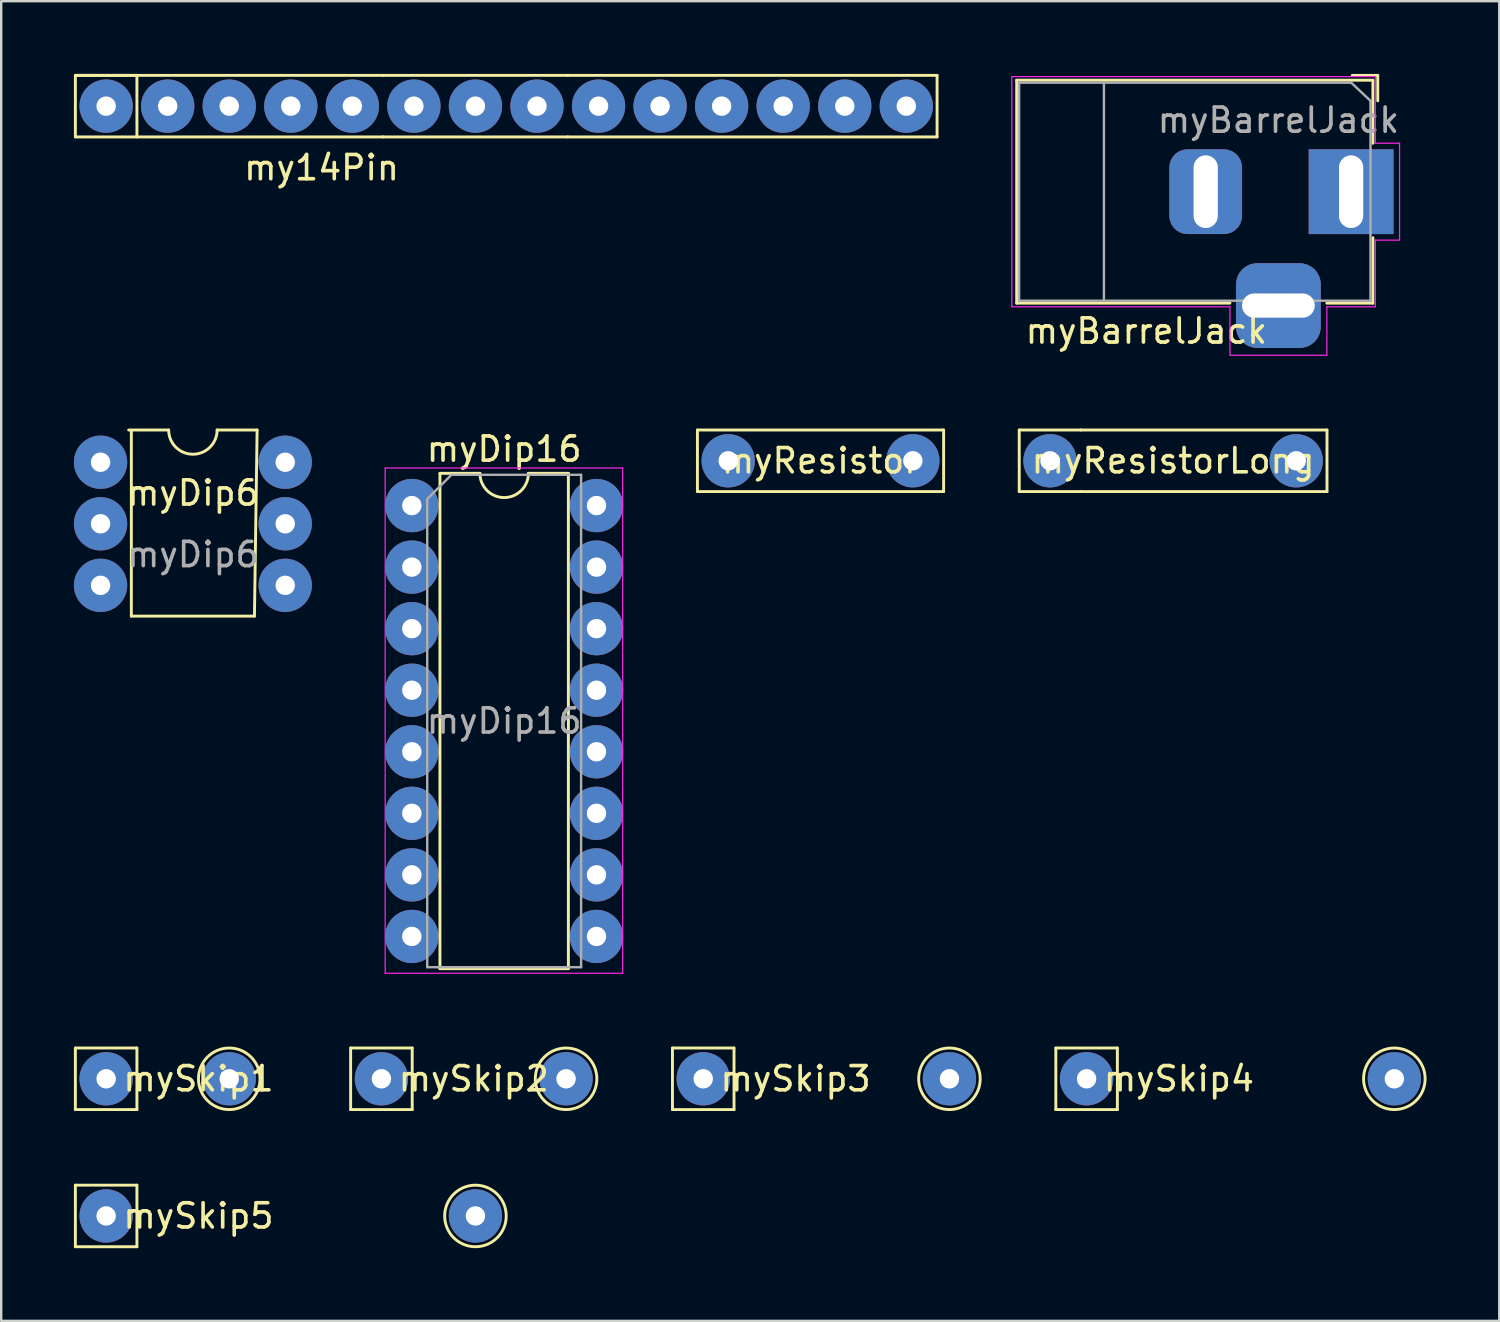
<source format=kicad_pcb>
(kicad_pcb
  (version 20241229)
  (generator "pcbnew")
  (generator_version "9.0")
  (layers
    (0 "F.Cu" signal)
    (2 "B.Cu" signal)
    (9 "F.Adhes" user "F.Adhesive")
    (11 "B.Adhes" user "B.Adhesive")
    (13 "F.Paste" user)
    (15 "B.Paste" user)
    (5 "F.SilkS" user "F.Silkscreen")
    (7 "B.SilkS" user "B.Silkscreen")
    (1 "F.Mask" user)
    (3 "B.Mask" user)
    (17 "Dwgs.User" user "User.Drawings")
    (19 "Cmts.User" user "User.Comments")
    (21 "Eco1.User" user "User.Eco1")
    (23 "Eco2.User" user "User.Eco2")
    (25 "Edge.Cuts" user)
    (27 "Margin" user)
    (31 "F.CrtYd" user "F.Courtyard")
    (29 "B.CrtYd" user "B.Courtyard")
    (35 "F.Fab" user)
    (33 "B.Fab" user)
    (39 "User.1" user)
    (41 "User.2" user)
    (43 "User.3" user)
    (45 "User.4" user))
  (footprint "mySkip2"
    (layer "F.Cu")
    (at 12.69 41.468)
    (property "Reference" "mySkip2" (at 3.81 0 0) (layer "F.SilkS") (effects (font (size 1 1) (thickness 0.15))))
    (attr through_hole)
    (fp_line (start -1.27 -1.27) (end -1.27 1.27) (stroke (width 0.12) (type solid)) (layer "F.SilkS"))
    (fp_line (start -1.27 -1.27) (end 1.27 -1.27) (stroke (width 0.12) (type solid)) (layer "F.SilkS"))
    (fp_line (start 1.27 -1.27) (end 1.27 1.27) (stroke (width 0.12) (type solid)) (layer "F.SilkS"))
    (fp_line (start 1.27 1.27) (end -1.27 1.27) (stroke (width 0.12) (type solid)) (layer "F.SilkS"))
    (fp_circle (center 7.62 0) (end 7.62 -1.27) (stroke (width 0.12) (type solid)) (fill no) (layer "F.SilkS"))
    (pad "1" thru_hole circle (at 0 0) (size 2.2 2.2) (drill 0.8) (layers "*.Cu" "*.Mask"))
    (pad "2" thru_hole circle (at 7.62 0) (size 2.2 2.2) (drill 0.8) (layers "*.Cu" "*.Mask")))
  (footprint "mySkip3"
    (layer "F.Cu")
    (at 25.97 41.468)
    (property "Reference" "mySkip3" (at 3.81 0 0) (layer "F.SilkS") (effects (font (size 1 1) (thickness 0.15))))
    (attr through_hole)
    (fp_line (start -1.27 -1.27) (end -1.27 1.27) (stroke (width 0.12) (type solid)) (layer "F.SilkS"))
    (fp_line (start -1.27 -1.27) (end 1.27 -1.27) (stroke (width 0.12) (type solid)) (layer "F.SilkS"))
    (fp_line (start 1.27 -1.27) (end 1.27 1.27) (stroke (width 0.12) (type solid)) (layer "F.SilkS"))
    (fp_line (start 1.27 1.27) (end -1.27 1.27) (stroke (width 0.12) (type solid)) (layer "F.SilkS"))
    (fp_circle (center 10.16 0) (end 10.16 -1.27) (stroke (width 0.12) (type solid)) (fill no) (layer "F.SilkS"))
    (pad "1" thru_hole circle (at 0 0) (size 2.2 2.2) (drill 0.8) (layers "*.Cu" "*.Mask"))
    (pad "2" thru_hole circle (at 10.16 0) (size 2.2 2.2) (drill 0.8) (layers "*.Cu" "*.Mask")))
  (footprint "mySkip5"
    (layer "F.Cu")
    (at 1.33 47.128)
    (property "Reference" "mySkip5" (at 3.81 0 0) (layer "F.SilkS") (effects (font (size 1 1) (thickness 0.15))))
    (attr through_hole)
    (fp_line (start -1.27 -1.27) (end -1.27 1.27) (stroke (width 0.12) (type solid)) (layer "F.SilkS"))
    (fp_line (start -1.27 -1.27) (end 1.27 -1.27) (stroke (width 0.12) (type solid)) (layer "F.SilkS"))
    (fp_line (start 1.27 -1.27) (end 1.27 1.27) (stroke (width 0.12) (type solid)) (layer "F.SilkS"))
    (fp_line (start 1.27 1.27) (end -1.27 1.27) (stroke (width 0.12) (type solid)) (layer "F.SilkS"))
    (fp_circle (center 15.24 0) (end 15.24 -1.27) (stroke (width 0.12) (type solid)) (fill no) (layer "F.SilkS"))
    (pad "1" thru_hole circle (at 0 0) (size 2.2 2.2) (drill 0.8) (layers "*.Cu" "*.Mask"))
    (pad "2" thru_hole circle (at 15.24 0) (size 2.2 2.2) (drill 0.8) (layers "*.Cu" "*.Mask")))
  (footprint "myResistor"
    (layer "F.Cu")
    (at 27 15.965)
    (property "Reference" "myResistor" (at 3.81 0 0) (layer "F.SilkS") (effects (font (size 1 1) (thickness 0.15))))
    (attr through_hole)
    (fp_line (start -1.27 -1.27) (end -1.27 1.27) (stroke (width 0.12) (type solid)) (layer "F.SilkS"))
    (fp_line (start -1.27 1.27) (end 8.89 1.27) (stroke (width 0.12) (type solid)) (layer "F.SilkS"))
    (fp_line (start 8.89 -1.27) (end -1.27 -1.27) (stroke (width 0.12) (type solid)) (layer "F.SilkS"))
    (fp_line (start 8.89 -1.27) (end 8.89 1.27) (stroke (width 0.12) (type solid)) (layer "F.SilkS"))
    (pad "1" thru_hole circle (at 0 0) (size 2.2 2.2) (drill 0.8) (layers "*.Cu" "*.Mask"))
    (pad "2" thru_hole circle (at 7.62 0) (size 2.2 2.2) (drill 0.8) (layers "*.Cu" "*.Mask")))
  (footprint "myBarrelJack"
    (layer "F.Cu")
    (at 52.705 4.86)
    (property "Reference" "myBarrelJack" (at -8.45 5.75 0) (layer "F.SilkS") (effects (font (size 1 1) (thickness 0.15))))
    (attr through_hole)
    (fp_line (start -13.8 -4.6) (end 0.9 -4.6) (stroke (width 0.12) (type solid)) (layer "F.SilkS"))
    (fp_line (start -13.8 4.6) (end -13.8 -4.6) (stroke (width 0.12) (type solid)) (layer "F.SilkS"))
    (fp_line (start -5 4.6) (end -13.8 4.6) (stroke (width 0.12) (type solid)) (layer "F.SilkS"))
    (fp_line (start 0.05 -4.8) (end 1.1 -4.8) (stroke (width 0.12) (type solid)) (layer "F.SilkS"))
    (fp_line (start 0.9 -4.6) (end 0.9 -2) (stroke (width 0.12) (type solid)) (layer "F.SilkS"))
    (fp_line (start 0.9 1.9) (end 0.9 4.6) (stroke (width 0.12) (type solid)) (layer "F.SilkS"))
    (fp_line (start 0.9 4.6) (end -1 4.6) (stroke (width 0.12) (type solid)) (layer "F.SilkS"))
    (fp_line (start 1.1 -3.75) (end 1.1 -4.8) (stroke (width 0.12) (type solid)) (layer "F.SilkS"))
    (fp_line (start -14 4.75) (end -14 -4.75) (stroke (width 0.05) (type solid)) (layer "F.CrtYd"))
    (fp_line (start -5 4.75) (end -14 4.75) (stroke (width 0.05) (type solid)) (layer "F.CrtYd"))
    (fp_line (start -5 6.75) (end -5 4.75) (stroke (width 0.05) (type solid)) (layer "F.CrtYd"))
    (fp_line (start -1 4.75) (end -1 6.75) (stroke (width 0.05) (type solid)) (layer "F.CrtYd"))
    (fp_line (start -1 6.75) (end -5 6.75) (stroke (width 0.05) (type solid)) (layer "F.CrtYd"))
    (fp_line (start 1 -4.75) (end -14 -4.75) (stroke (width 0.05) (type solid)) (layer "F.CrtYd"))
    (fp_line (start 1 -4.5) (end 1 -4.75) (stroke (width 0.05) (type solid)) (layer "F.CrtYd"))
    (fp_line (start 1 -4.5) (end 1 -2) (stroke (width 0.05) (type solid)) (layer "F.CrtYd"))
    (fp_line (start 1 -2) (end 2 -2) (stroke (width 0.05) (type solid)) (layer "F.CrtYd"))
    (fp_line (start 1 2) (end 1 4.75) (stroke (width 0.05) (type solid)) (layer "F.CrtYd"))
    (fp_line (start 1 4.75) (end -1 4.75) (stroke (width 0.05) (type solid)) (layer "F.CrtYd"))
    (fp_line (start 2 -2) (end 2 2) (stroke (width 0.05) (type solid)) (layer "F.CrtYd"))
    (fp_line (start 2 2) (end 1 2) (stroke (width 0.05) (type solid)) (layer "F.CrtYd"))
    (fp_line (start -13.7 -4.5) (end -13.7 4.5) (stroke (width 0.1) (type solid)) (layer "F.Fab"))
    (fp_line (start -13.7 4.5) (end 0.8 4.5) (stroke (width 0.1) (type solid)) (layer "F.Fab"))
    (fp_line (start -10.2 -4.5) (end -10.2 4.5) (stroke (width 0.1) (type solid)) (layer "F.Fab"))
    (fp_line (start -0.003 -4.505) (end 0.8 -3.75) (stroke (width 0.1) (type solid)) (layer "F.Fab"))
    (fp_line (start 0 -4.5) (end -13.7 -4.5) (stroke (width 0.1) (type solid)) (layer "F.Fab"))
    (fp_line (start 0.8 4.5) (end 0.8 -3.75) (stroke (width 0.1) (type solid)) (layer "F.Fab"))
    (fp_text user "${REFERENCE}" (at -3 -2.95 0) (layer "F.Fab") (effects (font (size 1 1) (thickness 0.15))))
    (pad "1" thru_hole rect (at 0 0) (size 3.5 3.5) (drill oval 1 3) (layers "*.Cu" "*.Mask"))
    (pad "2" thru_hole roundrect (at -6 0) (size 3 3.5) (drill oval 1 3) (layers "*.Cu" "*.Mask") (roundrect_rratio 0.25))
    (pad "3" thru_hole roundrect (at -3 4.7) (size 3.5 3.5) (drill oval 3 1) (layers "*.Cu" "*.Mask") (roundrect_rratio 0.25)))
  (footprint "myDip6"
    (layer "F.Cu")
    (at 1.1 16.025)
    (property "Reference" "myDip6" (at 3.81 1.27 0) (layer "F.SilkS") (effects (font (size 1 1) (thickness 0.15))))
    (attr through_hole)
    (fp_line (start 1.27 -1.27) (end 1.27 6.35) (stroke (width 0.12) (type solid)) (layer "F.SilkS"))
    (fp_line (start 1.27 6.35) (end 6.35 6.35) (stroke (width 0.12) (type solid)) (layer "F.SilkS"))
    (fp_line (start 2.81 -1.33) (end 1.16 -1.33) (stroke (width 0.12) (type solid)) (layer "F.SilkS"))
    (fp_line (start 6.35 6.35) (end 6.46 -1.33) (stroke (width 0.12) (type solid)) (layer "F.SilkS"))
    (fp_line (start 6.46 -1.33) (end 4.81 -1.33) (stroke (width 0.12) (type solid)) (layer "F.SilkS"))
    (fp_arc (start 4.81 -1.33) (mid 3.81 -0.33) (end 2.81 -1.33) (stroke (width 0.12) (type solid)) (layer "F.SilkS"))
    (fp_text user "${REFERENCE}" (at 3.81 3.81 0) (layer "F.Fab") (effects (font (size 1 1) (thickness 0.15))))
    (pad "1" thru_hole circle (at 0 0) (size 2.2 2.2) (drill 0.8) (layers "*.Cu" "*.Mask"))
    (pad "2" thru_hole circle (at 0 2.54) (size 2.2 2.2) (drill 0.8) (layers "*.Cu" "*.Mask"))
    (pad "3" thru_hole circle (at 0 5.08) (size 2.2 2.2) (drill 0.8) (layers "*.Cu" "*.Mask"))
    (pad "4" thru_hole circle (at 7.62 5.08) (size 2.2 2.2) (drill 0.8) (layers "*.Cu" "*.Mask"))
    (pad "5" thru_hole circle (at 7.62 2.54) (size 2.2 2.2) (drill 0.8) (layers "*.Cu" "*.Mask"))
    (pad "6" thru_hole circle (at 7.62 0) (size 2.2 2.2) (drill 0.8) (layers "*.Cu" "*.Mask")))
  (footprint "myDip16"
    (layer "F.Cu")
    (at 13.945 17.813)
    (property "Reference" "myDip16" (at 3.81 -2.33 0) (layer "F.SilkS") (effects (font (size 1 1) (thickness 0.15))))
    (attr through_hole)
    (fp_line (start 1.16 -1.33) (end 1.16 19.11) (stroke (width 0.12) (type solid)) (layer "F.SilkS"))
    (fp_line (start 1.16 19.11) (end 6.46 19.11) (stroke (width 0.12) (type solid)) (layer "F.SilkS"))
    (fp_line (start 2.81 -1.33) (end 1.16 -1.33) (stroke (width 0.12) (type solid)) (layer "F.SilkS"))
    (fp_line (start 6.46 -1.33) (end 4.81 -1.33) (stroke (width 0.12) (type solid)) (layer "F.SilkS"))
    (fp_line (start 6.46 19.11) (end 6.46 -1.33) (stroke (width 0.12) (type solid)) (layer "F.SilkS"))
    (fp_arc (start 4.81 -1.33) (mid 3.81 -0.33) (end 2.81 -1.33) (stroke (width 0.12) (type solid)) (layer "F.SilkS"))
    (fp_line (start -1.1 -1.55) (end -1.1 19.3) (stroke (width 0.05) (type solid)) (layer "F.CrtYd"))
    (fp_line (start -1.1 19.3) (end 8.7 19.3) (stroke (width 0.05) (type solid)) (layer "F.CrtYd"))
    (fp_line (start 8.7 -1.55) (end -1.1 -1.55) (stroke (width 0.05) (type solid)) (layer "F.CrtYd"))
    (fp_line (start 8.7 19.3) (end 8.7 -1.55) (stroke (width 0.05) (type solid)) (layer "F.CrtYd"))
    (fp_line (start 0.635 -0.27) (end 1.635 -1.27) (stroke (width 0.1) (type solid)) (layer "F.Fab"))
    (fp_line (start 0.635 19.05) (end 0.635 -0.27) (stroke (width 0.1) (type solid)) (layer "F.Fab"))
    (fp_line (start 1.635 -1.27) (end 6.985 -1.27) (stroke (width 0.1) (type solid)) (layer "F.Fab"))
    (fp_line (start 6.985 -1.27) (end 6.985 19.05) (stroke (width 0.1) (type solid)) (layer "F.Fab"))
    (fp_line (start 6.985 19.05) (end 0.635 19.05) (stroke (width 0.1) (type solid)) (layer "F.Fab"))
    (fp_text user "${REFERENCE}" (at 3.81 8.89 0) (layer "F.Fab") (effects (font (size 1 1) (thickness 0.15))))
    (pad "1" thru_hole circle (at 0 0) (size 2.2 2.2) (drill 0.8) (layers "*.Cu" "*.Mask"))
    (pad "2" thru_hole circle (at 0 2.54) (size 2.2 2.2) (drill 0.8) (layers "*.Cu" "*.Mask"))
    (pad "3" thru_hole circle (at 0 5.08) (size 2.2 2.2) (drill 0.8) (layers "*.Cu" "*.Mask"))
    (pad "4" thru_hole circle (at 0 7.62) (size 2.2 2.2) (drill 0.8) (layers "*.Cu" "*.Mask"))
    (pad "5" thru_hole circle (at 0 10.16) (size 2.2 2.2) (drill 0.8) (layers "*.Cu" "*.Mask"))
    (pad "6" thru_hole circle (at 0 12.7) (size 2.2 2.2) (drill 0.8) (layers "*.Cu" "*.Mask"))
    (pad "7" thru_hole circle (at 0 15.24) (size 2.2 2.2) (drill 0.8) (layers "*.Cu" "*.Mask"))
    (pad "8" thru_hole circle (at 0 17.78) (size 2.2 2.2) (drill 0.8) (layers "*.Cu" "*.Mask"))
    (pad "9" thru_hole circle (at 7.62 17.78) (size 2.2 2.2) (drill 0.8) (layers "*.Cu" "*.Mask"))
    (pad "10" thru_hole circle (at 7.62 15.24) (size 2.2 2.2) (drill 0.8) (layers "*.Cu" "*.Mask"))
    (pad "11" thru_hole circle (at 7.62 12.7) (size 2.2 2.2) (drill 0.8) (layers "*.Cu" "*.Mask"))
    (pad "12" thru_hole circle (at 7.62 10.16) (size 2.2 2.2) (drill 0.8) (layers "*.Cu" "*.Mask"))
    (pad "13" thru_hole circle (at 7.62 7.62) (size 2.2 2.2) (drill 0.8) (layers "*.Cu" "*.Mask"))
    (pad "14" thru_hole circle (at 7.62 5.08) (size 2.2 2.2) (drill 0.8) (layers "*.Cu" "*.Mask"))
    (pad "15" thru_hole circle (at 7.62 2.54) (size 2.2 2.2) (drill 0.8) (layers "*.Cu" "*.Mask"))
    (pad "16" thru_hole circle (at 7.62 0) (size 2.2 2.2) (drill 0.8) (layers "*.Cu" "*.Mask")))
  (footprint "mySkip1"
    (layer "F.Cu")
    (at 1.33 41.468)
    (property "Reference" "mySkip1" (at 3.81 0 0) (layer "F.SilkS") (effects (font (size 1 1) (thickness 0.15))))
    (attr through_hole)
    (fp_line (start -1.27 -1.27) (end -1.27 1.27) (stroke (width 0.12) (type solid)) (layer "F.SilkS"))
    (fp_line (start -1.27 -1.27) (end 1.27 -1.27) (stroke (width 0.12) (type solid)) (layer "F.SilkS"))
    (fp_line (start 1.27 -1.27) (end 1.27 1.27) (stroke (width 0.12) (type solid)) (layer "F.SilkS"))
    (fp_line (start 1.27 1.27) (end -1.27 1.27) (stroke (width 0.12) (type solid)) (layer "F.SilkS"))
    (fp_circle (center 5.08 0) (end 5.08 -1.27) (stroke (width 0.12) (type solid)) (fill no) (layer "F.SilkS"))
    (pad "1" thru_hole circle (at 0 0) (size 2.2 2.2) (drill 0.8) (layers "*.Cu" "*.Mask"))
    (pad "2" thru_hole circle (at 5.08 0) (size 2.2 2.2) (drill 0.8) (layers "*.Cu" "*.Mask")))
  (footprint "mySkip4"
    (layer "F.Cu")
    (at 41.79 41.468)
    (property "Reference" "mySkip4" (at 3.81 0 0) (layer "F.SilkS") (effects (font (size 1 1) (thickness 0.15))))
    (attr through_hole)
    (fp_line (start -1.27 -1.27) (end -1.27 1.27) (stroke (width 0.12) (type solid)) (layer "F.SilkS"))
    (fp_line (start -1.27 -1.27) (end 1.27 -1.27) (stroke (width 0.12) (type solid)) (layer "F.SilkS"))
    (fp_line (start 1.27 -1.27) (end 1.27 1.27) (stroke (width 0.12) (type solid)) (layer "F.SilkS"))
    (fp_line (start 1.27 1.27) (end -1.27 1.27) (stroke (width 0.12) (type solid)) (layer "F.SilkS"))
    (fp_circle (center 12.7 0) (end 12.7 -1.27) (stroke (width 0.12) (type solid)) (fill no) (layer "F.SilkS"))
    (pad "1" thru_hole circle (at 0 0) (size 2.2 2.2) (drill 0.8) (layers "*.Cu" "*.Mask"))
    (pad "2" thru_hole circle (at 12.7 0) (size 2.2 2.2) (drill 0.8) (layers "*.Cu" "*.Mask")))
  (footprint "my14Pin"
    (layer "F.Cu")
    (at 8.95 1.33)
    (property "Reference" "my14Pin" (at 1.27 2.54 0) (layer "F.SilkS") (effects (font (size 1 1) (thickness 0.15))))
    (attr through_hole)
    (fp_line (start -8.89 -1.27) (end -8.89 1.27) (stroke (width 0.12) (type solid)) (layer "F.SilkS"))
    (fp_line (start -8.89 -1.27) (end -6.35 -1.27) (stroke (width 0.12) (type solid)) (layer "F.SilkS"))
    (fp_line (start -8.89 1.27) (end 3.81 1.27) (stroke (width 0.12) (type solid)) (layer "F.SilkS"))
    (fp_line (start -6.35 -1.27) (end -6.35 1.27) (stroke (width 0.12) (type solid)) (layer "F.SilkS"))
    (fp_line (start 3.81 -1.27) (end -8.89 -1.27) (stroke (width 0.12) (type solid)) (layer "F.SilkS"))
    (fp_line (start 3.81 -1.27) (end 11.43 -1.27) (stroke (width 0.12) (type solid)) (layer "F.SilkS"))
    (fp_line (start 11.43 -1.27) (end 26.67 -1.27) (stroke (width 0.12) (type solid)) (layer "F.SilkS"))
    (fp_line (start 11.43 1.27) (end 3.81 1.27) (stroke (width 0.12) (type solid)) (layer "F.SilkS"))
    (fp_line (start 26.67 -1.27) (end 26.67 1.27) (stroke (width 0.12) (type solid)) (layer "F.SilkS"))
    (fp_line (start 26.67 1.27) (end 11.43 1.27) (stroke (width 0.12) (type solid)) (layer "F.SilkS"))
    (pad "1" thru_hole circle (at -7.62 0) (size 2.2 2.2) (drill 0.8) (layers "*.Cu" "*.Mask"))
    (pad "2" thru_hole circle (at -5.08 0) (size 2.2 2.2) (drill 0.8) (layers "*.Cu" "*.Mask"))
    (pad "3" thru_hole circle (at -2.54 0) (size 2.2 2.2) (drill 0.8) (layers "*.Cu" "*.Mask"))
    (pad "4" thru_hole circle (at 0 0) (size 2.2 2.2) (drill 0.8) (layers "*.Cu" "*.Mask"))
    (pad "5" thru_hole circle (at 2.54 0) (size 2.2 2.2) (drill 0.8) (layers "*.Cu" "*.Mask"))
    (pad "6" thru_hole circle (at 5.08 0) (size 2.2 2.2) (drill 0.8) (layers "*.Cu" "*.Mask"))
    (pad "7" thru_hole circle (at 7.62 0) (size 2.2 2.2) (drill 0.8) (layers "*.Cu" "*.Mask"))
    (pad "8" thru_hole circle (at 10.16 0) (size 2.2 2.2) (drill 0.8) (layers "*.Cu" "*.Mask"))
    (pad "9" thru_hole circle (at 12.7 0) (size 2.2 2.2) (drill 0.8) (layers "*.Cu" "*.Mask"))
    (pad "10" thru_hole circle (at 15.24 0) (size 2.2 2.2) (drill 0.8) (layers "*.Cu" "*.Mask"))
    (pad "11" thru_hole circle (at 17.78 0) (size 2.2 2.2) (drill 0.8) (layers "*.Cu" "*.Mask"))
    (pad "12" thru_hole circle (at 20.32 0) (size 2.2 2.2) (drill 0.8) (layers "*.Cu" "*.Mask"))
    (pad "13" thru_hole circle (at 22.86 0) (size 2.2 2.2) (drill 0.8) (layers "*.Cu" "*.Mask"))
    (pad "14" thru_hole circle (at 25.4 0) (size 2.2 2.2) (drill 0.8) (layers "*.Cu" "*.Mask")))
  (footprint "myResistorLong"
    (layer "F.Cu")
    (at 45.36 15.965)
    (property "Reference" "myResistorLong" (at 0 0 0) (layer "F.SilkS") (effects (font (size 1 1) (thickness 0.15))))
    (attr through_hole)
    (fp_line (start -6.35 -1.27) (end -6.35 1.27) (stroke (width 0.12) (type solid)) (layer "F.SilkS"))
    (fp_line (start -6.35 1.27) (end -3.81 1.27) (stroke (width 0.12) (type solid)) (layer "F.SilkS"))
    (fp_line (start -3.81 -1.27) (end -6.35 -1.27) (stroke (width 0.12) (type solid)) (layer "F.SilkS"))
    (fp_line (start -3.81 1.27) (end 6.35 1.27) (stroke (width 0.12) (type solid)) (layer "F.SilkS"))
    (fp_line (start 6.35 -1.27) (end -3.81 -1.27) (stroke (width 0.12) (type solid)) (layer "F.SilkS"))
    (fp_line (start 6.35 -1.27) (end 6.35 1.27) (stroke (width 0.12) (type solid)) (layer "F.SilkS"))
    (pad "1" thru_hole circle (at -5.08 0) (size 2.2 2.2) (drill 0.8) (layers "*.Cu" "*.Mask"))
    (pad "2" thru_hole circle (at 5.08 0) (size 2.2 2.2) (drill 0.8) (layers "*.Cu" "*.Mask")))
  (gr_rect
    (start -3 -3)
    (end 58.82 51.458)
    (stroke (width 0.1) (type default))
    (fill no)
    (layer "Edge.Cuts")))
</source>
